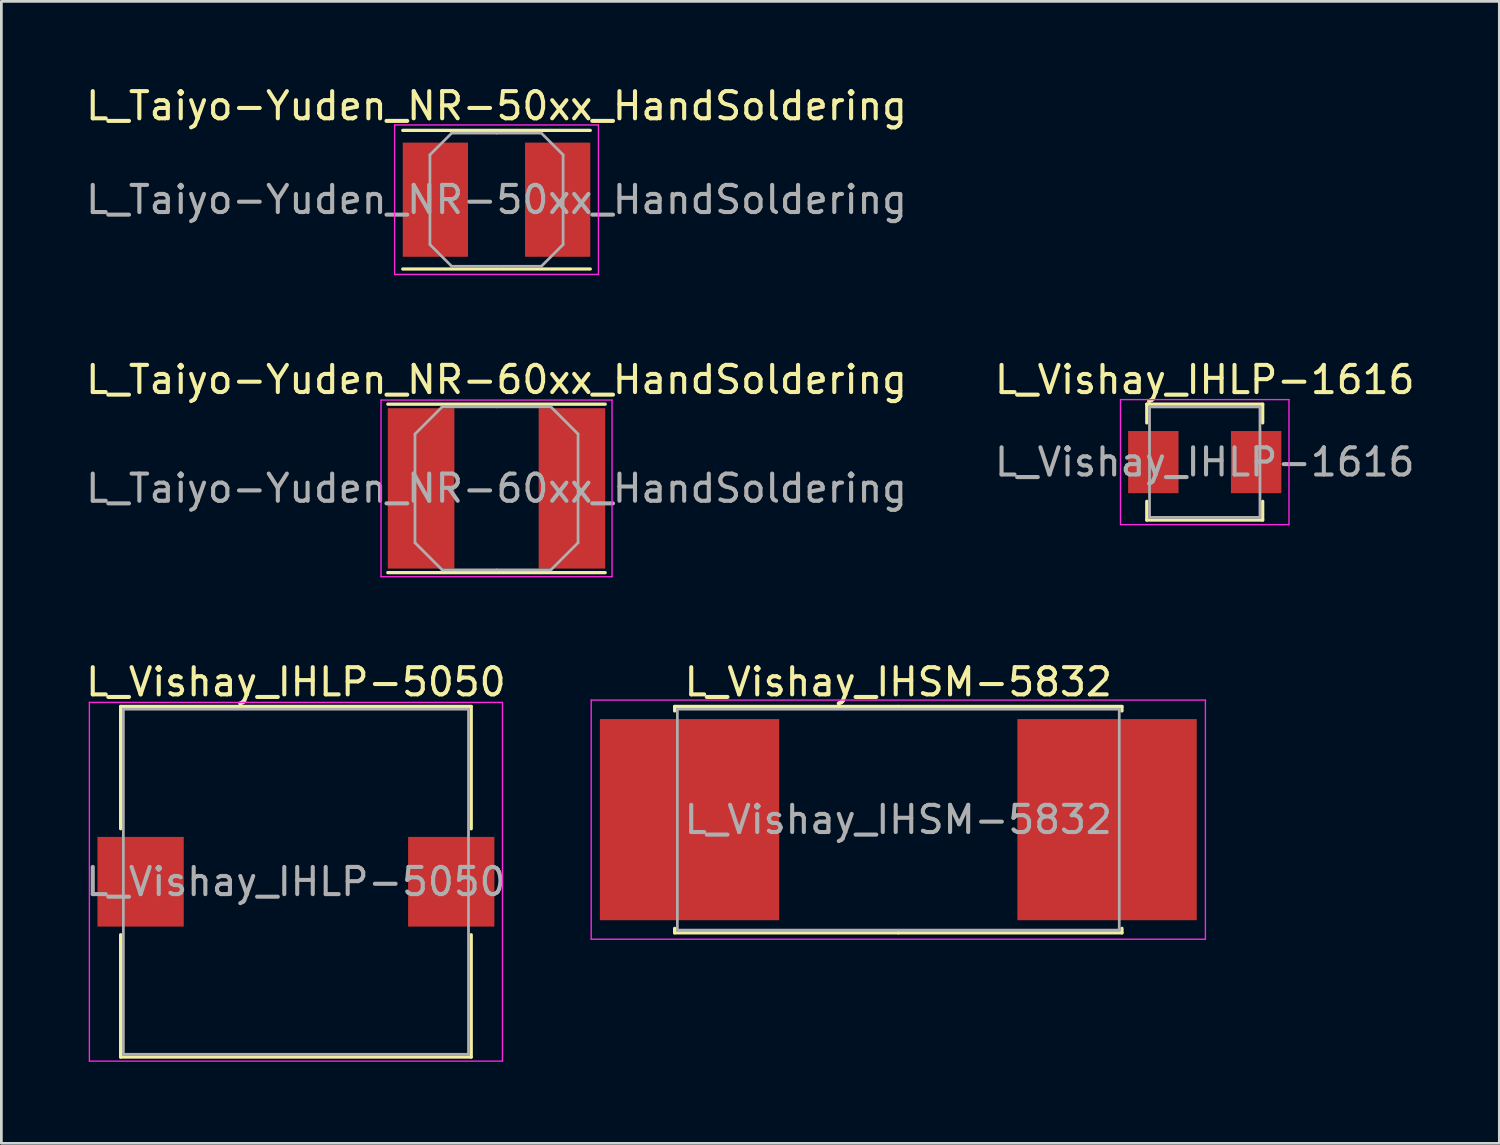
<source format=kicad_pcb>
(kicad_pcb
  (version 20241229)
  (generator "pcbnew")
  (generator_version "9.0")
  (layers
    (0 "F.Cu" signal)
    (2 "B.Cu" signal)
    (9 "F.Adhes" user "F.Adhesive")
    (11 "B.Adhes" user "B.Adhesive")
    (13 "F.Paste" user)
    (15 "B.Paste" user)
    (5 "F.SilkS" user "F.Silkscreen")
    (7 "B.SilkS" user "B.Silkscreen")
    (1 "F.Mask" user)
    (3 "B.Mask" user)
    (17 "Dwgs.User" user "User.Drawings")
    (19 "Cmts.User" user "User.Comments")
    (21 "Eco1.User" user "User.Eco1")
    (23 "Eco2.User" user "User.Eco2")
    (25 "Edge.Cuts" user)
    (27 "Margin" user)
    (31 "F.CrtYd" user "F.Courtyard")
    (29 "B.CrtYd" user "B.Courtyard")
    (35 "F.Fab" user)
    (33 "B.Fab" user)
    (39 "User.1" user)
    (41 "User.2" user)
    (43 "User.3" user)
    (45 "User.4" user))
  (footprint "L_Vishay_IHLP-5050"
    (layer "F.Cu")
    (at 7.839 29.395)
    (property "Reference" "L_Vishay_IHLP-5050" (at 0 -7.35 0) (layer "F.SilkS") (effects (font (size 1 1) (thickness 0.15))))
    (attr smd)
    (fp_line (start -6.45 -6.45) (end 6.45 -6.45) (stroke (width 0.12) (type solid)) (layer "F.SilkS"))
    (fp_line (start -6.45 -1.95) (end -6.45 -6.45) (stroke (width 0.12) (type solid)) (layer "F.SilkS"))
    (fp_line (start -6.45 1.95) (end -6.45 6.45) (stroke (width 0.12) (type solid)) (layer "F.SilkS"))
    (fp_line (start -6.45 6.45) (end 6.45 6.45) (stroke (width 0.12) (type solid)) (layer "F.SilkS"))
    (fp_line (start 6.45 -6.45) (end 6.45 -1.95) (stroke (width 0.12) (type solid)) (layer "F.SilkS"))
    (fp_line (start 6.45 6.45) (end 6.45 1.95) (stroke (width 0.12) (type solid)) (layer "F.SilkS"))
    (fp_line (start -7.6 -6.6) (end -7.6 6.6) (stroke (width 0.05) (type solid)) (layer "F.CrtYd"))
    (fp_line (start -7.6 6.6) (end 7.6 6.6) (stroke (width 0.05) (type solid)) (layer "F.CrtYd"))
    (fp_line (start 7.6 -6.6) (end -7.6 -6.6) (stroke (width 0.05) (type solid)) (layer "F.CrtYd"))
    (fp_line (start 7.6 6.6) (end 7.6 -6.6) (stroke (width 0.05) (type solid)) (layer "F.CrtYd"))
    (fp_line (start -6.35 -6.35) (end -6.35 6.35) (stroke (width 0.1) (type solid)) (layer "F.Fab"))
    (fp_line (start -6.35 6.35) (end 6.35 6.35) (stroke (width 0.1) (type solid)) (layer "F.Fab"))
    (fp_line (start 6.35 -6.35) (end -6.35 -6.35) (stroke (width 0.1) (type solid)) (layer "F.Fab"))
    (fp_line (start 6.35 6.35) (end 6.35 -6.35) (stroke (width 0.1) (type solid)) (layer "F.Fab"))
    (fp_text user "${REFERENCE}" (at 0 0 0) (layer "F.Fab") (effects (font (size 1 1) (thickness 0.15))))
    (pad "1" smd rect (at -5.715 0) (size 3.175 3.3) (layers "F.Cu" "F.Mask" "F.Paste"))
    (pad "2" smd rect (at 5.715 0) (size 3.175 3.3) (layers "F.Cu" "F.Mask" "F.Paste")))
  (footprint "L_Vishay_IHLP-1616"
    (layer "F.Cu")
    (at 41.28 13.954)
    (property "Reference" "L_Vishay_IHLP-1616" (at 0 -3.032 0) (layer "F.SilkS") (effects (font (size 1 1) (thickness 0.15))))
    (attr smd)
    (fp_line (start -2.132 -2.132) (end 2.132 -2.132) (stroke (width 0.12) (type solid)) (layer "F.SilkS"))
    (fp_line (start -2.132 -1.443) (end -2.132 -2.132) (stroke (width 0.12) (type solid)) (layer "F.SilkS"))
    (fp_line (start -2.132 1.443) (end -2.132 2.132) (stroke (width 0.12) (type solid)) (layer "F.SilkS"))
    (fp_line (start -2.132 2.132) (end 2.132 2.132) (stroke (width 0.12) (type solid)) (layer "F.SilkS"))
    (fp_line (start 2.132 -2.132) (end 2.132 -1.443) (stroke (width 0.12) (type solid)) (layer "F.SilkS"))
    (fp_line (start 2.132 2.132) (end 2.132 1.443) (stroke (width 0.12) (type solid)) (layer "F.SilkS"))
    (fp_line (start -3.1 -2.3) (end -3.1 2.3) (stroke (width 0.05) (type solid)) (layer "F.CrtYd"))
    (fp_line (start -3.1 2.3) (end 3.1 2.3) (stroke (width 0.05) (type solid)) (layer "F.CrtYd"))
    (fp_line (start 3.1 -2.3) (end -3.1 -2.3) (stroke (width 0.05) (type solid)) (layer "F.CrtYd"))
    (fp_line (start 3.1 2.3) (end 3.1 -2.3) (stroke (width 0.05) (type solid)) (layer "F.CrtYd"))
    (fp_line (start -2.032 -2.032) (end -2.032 2.032) (stroke (width 0.1) (type solid)) (layer "F.Fab"))
    (fp_line (start -2.032 2.032) (end 2.032 2.032) (stroke (width 0.1) (type solid)) (layer "F.Fab"))
    (fp_line (start 2.032 -2.032) (end -2.032 -2.032) (stroke (width 0.1) (type solid)) (layer "F.Fab"))
    (fp_line (start 2.032 2.032) (end 2.032 -2.032) (stroke (width 0.1) (type solid)) (layer "F.Fab"))
    (fp_text user "${REFERENCE}" (at 0 0 0) (layer "F.Fab") (effects (font (size 1 1) (thickness 0.15))))
    (pad "1" smd rect (at -1.892 0) (size 1.855 2.286) (layers "F.Cu" "F.Mask" "F.Paste"))
    (pad "2" smd rect (at 1.892 0) (size 1.855 2.286) (layers "F.Cu" "F.Mask" "F.Paste")))
  (footprint "L_Taiyo-Yuden_NR-60xx_HandSoldering"
    (layer "F.Cu")
    (at 15.22 14.921)
    (property "Reference" "L_Taiyo-Yuden_NR-60xx_HandSoldering" (at 0 -4 0) (layer "F.SilkS") (effects (font (size 1 1) (thickness 0.15))))
    (attr smd)
    (fp_line (start -4 -3.1) (end 4 -3.1) (stroke (width 0.12) (type solid)) (layer "F.SilkS"))
    (fp_line (start -4 3.1) (end 4 3.1) (stroke (width 0.12) (type solid)) (layer "F.SilkS"))
    (fp_line (start -4.25 -3.25) (end -4.25 3.25) (stroke (width 0.05) (type solid)) (layer "F.CrtYd"))
    (fp_line (start -4.25 3.25) (end 4.25 3.25) (stroke (width 0.05) (type solid)) (layer "F.CrtYd"))
    (fp_line (start 4.25 -3.25) (end -4.25 -3.25) (stroke (width 0.05) (type solid)) (layer "F.CrtYd"))
    (fp_line (start 4.25 3.25) (end 4.25 -3.25) (stroke (width 0.05) (type solid)) (layer "F.CrtYd"))
    (fp_line (start -3 -2) (end -2 -3) (stroke (width 0.1) (type solid)) (layer "F.Fab"))
    (fp_line (start -3 0) (end -3 -2) (stroke (width 0.1) (type solid)) (layer "F.Fab"))
    (fp_line (start -3 0) (end -3 2) (stroke (width 0.1) (type solid)) (layer "F.Fab"))
    (fp_line (start -3 2) (end -2 3) (stroke (width 0.1) (type solid)) (layer "F.Fab"))
    (fp_line (start -2 -3) (end 0 -3) (stroke (width 0.1) (type solid)) (layer "F.Fab"))
    (fp_line (start -2 3) (end 0 3) (stroke (width 0.1) (type solid)) (layer "F.Fab"))
    (fp_line (start 2 -3) (end 0 -3) (stroke (width 0.1) (type solid)) (layer "F.Fab"))
    (fp_line (start 2 3) (end 0 3) (stroke (width 0.1) (type solid)) (layer "F.Fab"))
    (fp_line (start 3 -2) (end 2 -3) (stroke (width 0.1) (type solid)) (layer "F.Fab"))
    (fp_line (start 3 0) (end 3 -2) (stroke (width 0.1) (type solid)) (layer "F.Fab"))
    (fp_line (start 3 0) (end 3 2) (stroke (width 0.1) (type solid)) (layer "F.Fab"))
    (fp_line (start 3 2) (end 2 3) (stroke (width 0.1) (type solid)) (layer "F.Fab"))
    (fp_text user "${REFERENCE}" (at 0 0 0) (layer "F.Fab") (effects (font (size 1 1) (thickness 0.15))))
    (pad "1" smd rect (at -2.775 0) (size 2.45 5.9) (layers "F.Cu" "F.Mask" "F.Paste"))
    (pad "2" smd rect (at 2.775 0) (size 2.45 5.9) (layers "F.Cu" "F.Mask" "F.Paste")))
  (footprint "L_Taiyo-Yuden_NR-50xx_HandSoldering"
    (layer "F.Cu")
    (at 15.22 4.298)
    (property "Reference" "L_Taiyo-Yuden_NR-50xx_HandSoldering" (at 0 -3.45 0) (layer "F.SilkS") (effects (font (size 1 1) (thickness 0.15))))
    (attr smd)
    (fp_line (start -3.45 -2.55) (end 3.45 -2.55) (stroke (width 0.12) (type solid)) (layer "F.SilkS"))
    (fp_line (start -3.45 2.55) (end 3.45 2.55) (stroke (width 0.12) (type solid)) (layer "F.SilkS"))
    (fp_line (start -3.75 -2.75) (end -3.75 2.75) (stroke (width 0.05) (type solid)) (layer "F.CrtYd"))
    (fp_line (start -3.75 2.75) (end 3.75 2.75) (stroke (width 0.05) (type solid)) (layer "F.CrtYd"))
    (fp_line (start 3.75 -2.75) (end -3.75 -2.75) (stroke (width 0.05) (type solid)) (layer "F.CrtYd"))
    (fp_line (start 3.75 2.75) (end 3.75 -2.75) (stroke (width 0.05) (type solid)) (layer "F.CrtYd"))
    (fp_line (start -2.45 -1.65) (end -1.65 -2.45) (stroke (width 0.1) (type solid)) (layer "F.Fab"))
    (fp_line (start -2.45 0) (end -2.45 -1.65) (stroke (width 0.1) (type solid)) (layer "F.Fab"))
    (fp_line (start -2.45 0) (end -2.45 1.65) (stroke (width 0.1) (type solid)) (layer "F.Fab"))
    (fp_line (start -2.45 1.65) (end -1.65 2.45) (stroke (width 0.1) (type solid)) (layer "F.Fab"))
    (fp_line (start -1.65 -2.45) (end 0 -2.45) (stroke (width 0.1) (type solid)) (layer "F.Fab"))
    (fp_line (start -1.65 2.45) (end 0 2.45) (stroke (width 0.1) (type solid)) (layer "F.Fab"))
    (fp_line (start 1.65 -2.45) (end 0 -2.45) (stroke (width 0.1) (type solid)) (layer "F.Fab"))
    (fp_line (start 1.65 2.45) (end 0 2.45) (stroke (width 0.1) (type solid)) (layer "F.Fab"))
    (fp_line (start 2.45 -1.65) (end 1.65 -2.45) (stroke (width 0.1) (type solid)) (layer "F.Fab"))
    (fp_line (start 2.45 0) (end 2.45 -1.65) (stroke (width 0.1) (type solid)) (layer "F.Fab"))
    (fp_line (start 2.45 0) (end 2.45 1.65) (stroke (width 0.1) (type solid)) (layer "F.Fab"))
    (fp_line (start 2.45 1.65) (end 1.65 2.45) (stroke (width 0.1) (type solid)) (layer "F.Fab"))
    (fp_text user "${REFERENCE}" (at 0 0 0) (layer "F.Fab") (effects (font (size 1 1) (thickness 0.15))))
    (pad "1" smd rect (at -2.25 0) (size 2.4 4.2) (layers "F.Cu" "F.Mask" "F.Paste"))
    (pad "2" smd rect (at 2.25 0) (size 2.4 4.2) (layers "F.Cu" "F.Mask" "F.Paste")))
  (footprint "L_Vishay_IHSM-5832"
    (layer "F.Cu")
    (at 30.004 27.11)
    (property "Reference" "L_Vishay_IHSM-5832" (at 0 -5.065 0) (layer "F.SilkS") (effects (font (size 1 1) (thickness 0.15))))
    (attr smd)
    (fp_line (start -8.23 -4.165) (end 0 -4.165) (stroke (width 0.12) (type solid)) (layer "F.SilkS"))
    (fp_line (start -8.23 -4) (end -8.23 -4.165) (stroke (width 0.12) (type solid)) (layer "F.SilkS"))
    (fp_line (start -8.23 4) (end -8.23 4.165) (stroke (width 0.12) (type solid)) (layer "F.SilkS"))
    (fp_line (start -8.23 4.165) (end 0 4.165) (stroke (width 0.12) (type solid)) (layer "F.SilkS"))
    (fp_line (start 8.23 -4.165) (end 0 -4.165) (stroke (width 0.12) (type solid)) (layer "F.SilkS"))
    (fp_line (start 8.23 -4) (end 8.23 -4.165) (stroke (width 0.12) (type solid)) (layer "F.SilkS"))
    (fp_line (start 8.23 4) (end 8.23 4.165) (stroke (width 0.12) (type solid)) (layer "F.SilkS"))
    (fp_line (start 8.23 4.165) (end 0 4.165) (stroke (width 0.12) (type solid)) (layer "F.SilkS"))
    (fp_line (start -11.3 -4.4) (end -11.3 4.4) (stroke (width 0.05) (type solid)) (layer "F.CrtYd"))
    (fp_line (start -11.3 4.4) (end 11.3 4.4) (stroke (width 0.05) (type solid)) (layer "F.CrtYd"))
    (fp_line (start 11.3 -4.4) (end -11.3 -4.4) (stroke (width 0.05) (type solid)) (layer "F.CrtYd"))
    (fp_line (start 11.3 4.4) (end 11.3 -4.4) (stroke (width 0.05) (type solid)) (layer "F.CrtYd"))
    (fp_line (start -8.13 -4.065) (end -8.13 4.065) (stroke (width 0.1) (type solid)) (layer "F.Fab"))
    (fp_line (start -8.13 4.065) (end 8.13 4.065) (stroke (width 0.1) (type solid)) (layer "F.Fab"))
    (fp_line (start 8.13 -4.065) (end -8.13 -4.065) (stroke (width 0.1) (type solid)) (layer "F.Fab"))
    (fp_line (start 8.13 4.065) (end 8.13 -4.065) (stroke (width 0.1) (type solid)) (layer "F.Fab"))
    (fp_text user "${REFERENCE}" (at 0 0 0) (layer "F.Fab") (effects (font (size 1 1) (thickness 0.15))))
    (pad "1" smd rect (at -7.681 0) (size 6.6 7.4) (layers "F.Cu" "F.Mask" "F.Paste"))
    (pad "2" smd rect (at 7.681 0) (size 6.6 7.4) (layers "F.Cu" "F.Mask" "F.Paste")))
  (gr_rect
    (start -3 -3)
    (end 52.119 39.02)
    (stroke (width 0.1) (type default))
    (fill no)
    (layer "Edge.Cuts")))
</source>
